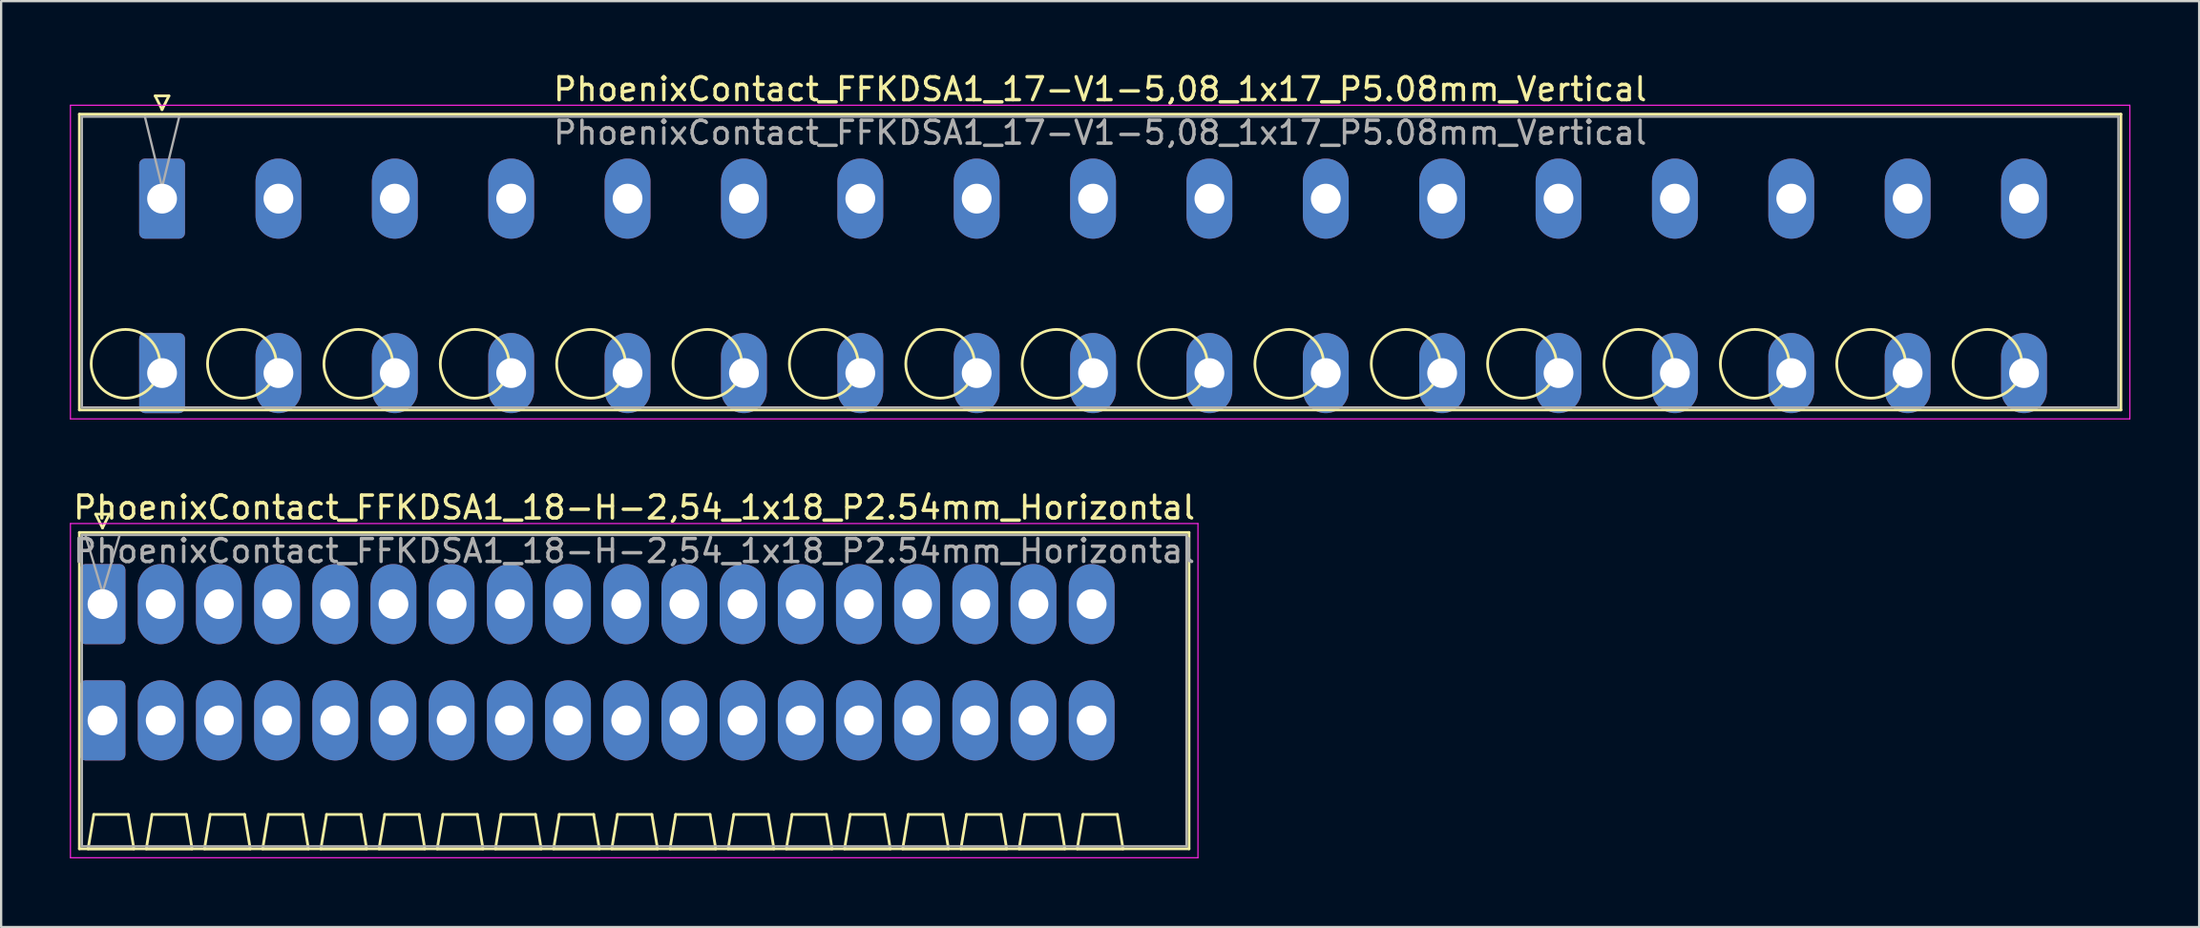
<source format=kicad_pcb>
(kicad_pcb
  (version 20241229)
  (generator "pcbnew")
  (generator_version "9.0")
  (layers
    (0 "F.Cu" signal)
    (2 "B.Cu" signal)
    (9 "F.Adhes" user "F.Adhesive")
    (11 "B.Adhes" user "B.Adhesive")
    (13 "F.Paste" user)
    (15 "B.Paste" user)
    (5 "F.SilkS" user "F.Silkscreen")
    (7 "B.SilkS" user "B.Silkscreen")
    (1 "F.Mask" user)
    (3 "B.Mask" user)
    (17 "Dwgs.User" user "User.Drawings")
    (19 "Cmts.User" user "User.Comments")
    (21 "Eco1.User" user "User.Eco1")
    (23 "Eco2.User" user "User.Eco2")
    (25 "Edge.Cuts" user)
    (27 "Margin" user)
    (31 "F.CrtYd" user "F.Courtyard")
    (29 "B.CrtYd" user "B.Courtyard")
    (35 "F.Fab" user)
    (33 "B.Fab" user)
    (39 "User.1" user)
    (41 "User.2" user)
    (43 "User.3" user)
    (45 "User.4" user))
  (footprint "PhoenixContact_FFKDSA1_17-V1-5,08_1x17_P5.08mm_Vertical"
    (layer "F.Cu")
    (at 4.025 5.628)
    (property "Reference" "PhoenixContact_FFKDSA1_17-V1-5,08_1x17_P5.08mm_Vertical" (at 40.95 -4.78 0) (layer "F.SilkS") (effects (font (size 1 1) (thickness 0.15))))
    (attr through_hole)
    (fp_line (start -3.61 -3.69) (end -3.61 9.23) (stroke (width 0.12) (type solid)) (layer "F.SilkS"))
    (fp_line (start -3.61 9.23) (end 85.51 9.23) (stroke (width 0.12) (type solid)) (layer "F.SilkS"))
    (fp_line (start -0.3 -4.49) (end 0.3 -4.49) (stroke (width 0.12) (type solid)) (layer "F.SilkS"))
    (fp_line (start 0 -3.89) (end -0.3 -4.49) (stroke (width 0.12) (type solid)) (layer "F.SilkS"))
    (fp_line (start 0.3 -4.49) (end 0 -3.89) (stroke (width 0.12) (type solid)) (layer "F.SilkS"))
    (fp_line (start 85.51 -3.69) (end -3.61 -3.69) (stroke (width 0.12) (type solid)) (layer "F.SilkS"))
    (fp_line (start 85.51 9.23) (end 85.51 -3.69) (stroke (width 0.12) (type solid)) (layer "F.SilkS"))
    (fp_circle (center -1.595 7.215) (end -0.095 7.215) (stroke (width 0.12) (type solid)) (fill no) (layer "F.SilkS"))
    (fp_circle (center 3.485 7.215) (end 4.985 7.215) (stroke (width 0.12) (type solid)) (fill no) (layer "F.SilkS"))
    (fp_circle (center 8.565 7.215) (end 10.065 7.215) (stroke (width 0.12) (type solid)) (fill no) (layer "F.SilkS"))
    (fp_circle (center 13.645 7.215) (end 15.145 7.215) (stroke (width 0.12) (type solid)) (fill no) (layer "F.SilkS"))
    (fp_circle (center 18.725 7.215) (end 20.225 7.215) (stroke (width 0.12) (type solid)) (fill no) (layer "F.SilkS"))
    (fp_circle (center 23.805 7.215) (end 25.305 7.215) (stroke (width 0.12) (type solid)) (fill no) (layer "F.SilkS"))
    (fp_circle (center 28.885 7.215) (end 30.385 7.215) (stroke (width 0.12) (type solid)) (fill no) (layer "F.SilkS"))
    (fp_circle (center 33.965 7.215) (end 35.465 7.215) (stroke (width 0.12) (type solid)) (fill no) (layer "F.SilkS"))
    (fp_circle (center 39.045 7.215) (end 40.545 7.215) (stroke (width 0.12) (type solid)) (fill no) (layer "F.SilkS"))
    (fp_circle (center 44.125 7.215) (end 45.625 7.215) (stroke (width 0.12) (type solid)) (fill no) (layer "F.SilkS"))
    (fp_circle (center 49.205 7.215) (end 50.705 7.215) (stroke (width 0.12) (type solid)) (fill no) (layer "F.SilkS"))
    (fp_circle (center 54.285 7.215) (end 55.785 7.215) (stroke (width 0.12) (type solid)) (fill no) (layer "F.SilkS"))
    (fp_circle (center 59.365 7.215) (end 60.865 7.215) (stroke (width 0.12) (type solid)) (fill no) (layer "F.SilkS"))
    (fp_circle (center 64.445 7.215) (end 65.945 7.215) (stroke (width 0.12) (type solid)) (fill no) (layer "F.SilkS"))
    (fp_circle (center 69.525 7.215) (end 71.025 7.215) (stroke (width 0.12) (type solid)) (fill no) (layer "F.SilkS"))
    (fp_circle (center 74.605 7.215) (end 76.105 7.215) (stroke (width 0.12) (type solid)) (fill no) (layer "F.SilkS"))
    (fp_circle (center 79.685 7.215) (end 81.185 7.215) (stroke (width 0.12) (type solid)) (fill no) (layer "F.SilkS"))
    (fp_line (start -4 -4.08) (end -4 9.62) (stroke (width 0.05) (type solid)) (layer "F.CrtYd"))
    (fp_line (start -4 9.62) (end 85.9 9.62) (stroke (width 0.05) (type solid)) (layer "F.CrtYd"))
    (fp_line (start 85.9 -4.08) (end -4 -4.08) (stroke (width 0.05) (type solid)) (layer "F.CrtYd"))
    (fp_line (start 85.9 9.62) (end 85.9 -4.08) (stroke (width 0.05) (type solid)) (layer "F.CrtYd"))
    (fp_line (start -3.5 -3.58) (end -3.5 9.12) (stroke (width 0.1) (type solid)) (layer "F.Fab"))
    (fp_line (start -3.5 9.12) (end 85.4 9.12) (stroke (width 0.1) (type solid)) (layer "F.Fab"))
    (fp_line (start 0 -0.5) (end -0.75 -3.58) (stroke (width 0.1) (type solid)) (layer "F.Fab"))
    (fp_line (start 0.75 -3.58) (end 0 -0.5) (stroke (width 0.1) (type solid)) (layer "F.Fab"))
    (fp_line (start 85.4 -3.58) (end -3.5 -3.58) (stroke (width 0.1) (type solid)) (layer "F.Fab"))
    (fp_line (start 85.4 9.12) (end 85.4 -3.58) (stroke (width 0.1) (type solid)) (layer "F.Fab"))
    (fp_text user "${REFERENCE}" (at 40.95 -2.88 0) (layer "F.Fab") (effects (font (size 1 1) (thickness 0.15))))
    (pad "1" thru_hole roundrect (at 0 0) (size 2 3.5) (drill 1.3) (layers "*.Cu" "*.Mask") (roundrect_rratio 0.125))
    (pad "1" thru_hole roundrect (at 0 7.62) (size 2 3.5) (drill 1.3) (layers "*.Cu" "*.Mask") (roundrect_rratio 0.125))
    (pad "2" thru_hole oval (at 5.08 0) (size 2 3.5) (drill 1.3) (layers "*.Cu" "*.Mask"))
    (pad "2" thru_hole oval (at 5.08 7.62) (size 2 3.5) (drill 1.3) (layers "*.Cu" "*.Mask"))
    (pad "3" thru_hole oval (at 10.16 0) (size 2 3.5) (drill 1.3) (layers "*.Cu" "*.Mask"))
    (pad "3" thru_hole oval (at 10.16 7.62) (size 2 3.5) (drill 1.3) (layers "*.Cu" "*.Mask"))
    (pad "4" thru_hole oval (at 15.24 0) (size 2 3.5) (drill 1.3) (layers "*.Cu" "*.Mask"))
    (pad "4" thru_hole oval (at 15.24 7.62) (size 2 3.5) (drill 1.3) (layers "*.Cu" "*.Mask"))
    (pad "5" thru_hole oval (at 20.32 0) (size 2 3.5) (drill 1.3) (layers "*.Cu" "*.Mask"))
    (pad "5" thru_hole oval (at 20.32 7.62) (size 2 3.5) (drill 1.3) (layers "*.Cu" "*.Mask"))
    (pad "6" thru_hole oval (at 25.4 0) (size 2 3.5) (drill 1.3) (layers "*.Cu" "*.Mask"))
    (pad "6" thru_hole oval (at 25.4 7.62) (size 2 3.5) (drill 1.3) (layers "*.Cu" "*.Mask"))
    (pad "7" thru_hole oval (at 30.48 0) (size 2 3.5) (drill 1.3) (layers "*.Cu" "*.Mask"))
    (pad "7" thru_hole oval (at 30.48 7.62) (size 2 3.5) (drill 1.3) (layers "*.Cu" "*.Mask"))
    (pad "8" thru_hole oval (at 35.56 0) (size 2 3.5) (drill 1.3) (layers "*.Cu" "*.Mask"))
    (pad "8" thru_hole oval (at 35.56 7.62) (size 2 3.5) (drill 1.3) (layers "*.Cu" "*.Mask"))
    (pad "9" thru_hole oval (at 40.64 0) (size 2 3.5) (drill 1.3) (layers "*.Cu" "*.Mask"))
    (pad "9" thru_hole oval (at 40.64 7.62) (size 2 3.5) (drill 1.3) (layers "*.Cu" "*.Mask"))
    (pad "10" thru_hole oval (at 45.72 0) (size 2 3.5) (drill 1.3) (layers "*.Cu" "*.Mask"))
    (pad "10" thru_hole oval (at 45.72 7.62) (size 2 3.5) (drill 1.3) (layers "*.Cu" "*.Mask"))
    (pad "11" thru_hole oval (at 50.8 0) (size 2 3.5) (drill 1.3) (layers "*.Cu" "*.Mask"))
    (pad "11" thru_hole oval (at 50.8 7.62) (size 2 3.5) (drill 1.3) (layers "*.Cu" "*.Mask"))
    (pad "12" thru_hole oval (at 55.88 0) (size 2 3.5) (drill 1.3) (layers "*.Cu" "*.Mask"))
    (pad "12" thru_hole oval (at 55.88 7.62) (size 2 3.5) (drill 1.3) (layers "*.Cu" "*.Mask"))
    (pad "13" thru_hole oval (at 60.96 0) (size 2 3.5) (drill 1.3) (layers "*.Cu" "*.Mask"))
    (pad "13" thru_hole oval (at 60.96 7.62) (size 2 3.5) (drill 1.3) (layers "*.Cu" "*.Mask"))
    (pad "14" thru_hole oval (at 66.04 0) (size 2 3.5) (drill 1.3) (layers "*.Cu" "*.Mask"))
    (pad "14" thru_hole oval (at 66.04 7.62) (size 2 3.5) (drill 1.3) (layers "*.Cu" "*.Mask"))
    (pad "15" thru_hole oval (at 71.12 0) (size 2 3.5) (drill 1.3) (layers "*.Cu" "*.Mask"))
    (pad "15" thru_hole oval (at 71.12 7.62) (size 2 3.5) (drill 1.3) (layers "*.Cu" "*.Mask"))
    (pad "16" thru_hole oval (at 76.2 0) (size 2 3.5) (drill 1.3) (layers "*.Cu" "*.Mask"))
    (pad "16" thru_hole oval (at 76.2 7.62) (size 2 3.5) (drill 1.3) (layers "*.Cu" "*.Mask"))
    (pad "17" thru_hole oval (at 81.28 0) (size 2 3.5) (drill 1.3) (layers "*.Cu" "*.Mask"))
    (pad "17" thru_hole oval (at 81.28 7.62) (size 2 3.5) (drill 1.3) (layers "*.Cu" "*.Mask")))
  (footprint "PhoenixContact_FFKDSA1_18-H-2,54_1x18_P2.54mm_Horizontal"
    (layer "F.Cu")
    (at 1.425 23.341)
    (property "Reference" "PhoenixContact_FFKDSA1_18-H-2,54_1x18_P2.54mm_Horizontal" (at 23.21 -4.22 0) (layer "F.SilkS") (effects (font (size 1 1) (thickness 0.15))))
    (attr through_hole)
    (fp_line (start -1.01 -3.13) (end -1.01 10.69) (stroke (width 0.12) (type solid)) (layer "F.SilkS"))
    (fp_line (start -1.01 10.69) (end 47.43 10.69) (stroke (width 0.12) (type solid)) (layer "F.SilkS"))
    (fp_line (start -0.63 10.69) (end 1.37 10.69) (stroke (width 0.12) (type solid)) (layer "F.SilkS"))
    (fp_line (start -0.38 9.19) (end -0.63 10.69) (stroke (width 0.12) (type solid)) (layer "F.SilkS"))
    (fp_line (start -0.3 -3.93) (end 0.3 -3.93) (stroke (width 0.12) (type solid)) (layer "F.SilkS"))
    (fp_line (start 0 -3.33) (end -0.3 -3.93) (stroke (width 0.12) (type solid)) (layer "F.SilkS"))
    (fp_line (start 0.3 -3.93) (end 0 -3.33) (stroke (width 0.12) (type solid)) (layer "F.SilkS"))
    (fp_line (start 1.12 9.19) (end -0.38 9.19) (stroke (width 0.12) (type solid)) (layer "F.SilkS"))
    (fp_line (start 1.37 10.69) (end 1.12 9.19) (stroke (width 0.12) (type solid)) (layer "F.SilkS"))
    (fp_line (start 1.91 10.69) (end 3.91 10.69) (stroke (width 0.12) (type solid)) (layer "F.SilkS"))
    (fp_line (start 2.16 9.19) (end 1.91 10.69) (stroke (width 0.12) (type solid)) (layer "F.SilkS"))
    (fp_line (start 3.66 9.19) (end 2.16 9.19) (stroke (width 0.12) (type solid)) (layer "F.SilkS"))
    (fp_line (start 3.91 10.69) (end 3.66 9.19) (stroke (width 0.12) (type solid)) (layer "F.SilkS"))
    (fp_line (start 4.45 10.69) (end 6.45 10.69) (stroke (width 0.12) (type solid)) (layer "F.SilkS"))
    (fp_line (start 4.7 9.19) (end 4.45 10.69) (stroke (width 0.12) (type solid)) (layer "F.SilkS"))
    (fp_line (start 6.2 9.19) (end 4.7 9.19) (stroke (width 0.12) (type solid)) (layer "F.SilkS"))
    (fp_line (start 6.45 10.69) (end 6.2 9.19) (stroke (width 0.12) (type solid)) (layer "F.SilkS"))
    (fp_line (start 6.99 10.69) (end 8.99 10.69) (stroke (width 0.12) (type solid)) (layer "F.SilkS"))
    (fp_line (start 7.24 9.19) (end 6.99 10.69) (stroke (width 0.12) (type solid)) (layer "F.SilkS"))
    (fp_line (start 8.74 9.19) (end 7.24 9.19) (stroke (width 0.12) (type solid)) (layer "F.SilkS"))
    (fp_line (start 8.99 10.69) (end 8.74 9.19) (stroke (width 0.12) (type solid)) (layer "F.SilkS"))
    (fp_line (start 9.53 10.69) (end 11.53 10.69) (stroke (width 0.12) (type solid)) (layer "F.SilkS"))
    (fp_line (start 9.78 9.19) (end 9.53 10.69) (stroke (width 0.12) (type solid)) (layer "F.SilkS"))
    (fp_line (start 11.28 9.19) (end 9.78 9.19) (stroke (width 0.12) (type solid)) (layer "F.SilkS"))
    (fp_line (start 11.53 10.69) (end 11.28 9.19) (stroke (width 0.12) (type solid)) (layer "F.SilkS"))
    (fp_line (start 12.07 10.69) (end 14.07 10.69) (stroke (width 0.12) (type solid)) (layer "F.SilkS"))
    (fp_line (start 12.32 9.19) (end 12.07 10.69) (stroke (width 0.12) (type solid)) (layer "F.SilkS"))
    (fp_line (start 13.82 9.19) (end 12.32 9.19) (stroke (width 0.12) (type solid)) (layer "F.SilkS"))
    (fp_line (start 14.07 10.69) (end 13.82 9.19) (stroke (width 0.12) (type solid)) (layer "F.SilkS"))
    (fp_line (start 14.61 10.69) (end 16.61 10.69) (stroke (width 0.12) (type solid)) (layer "F.SilkS"))
    (fp_line (start 14.86 9.19) (end 14.61 10.69) (stroke (width 0.12) (type solid)) (layer "F.SilkS"))
    (fp_line (start 16.36 9.19) (end 14.86 9.19) (stroke (width 0.12) (type solid)) (layer "F.SilkS"))
    (fp_line (start 16.61 10.69) (end 16.36 9.19) (stroke (width 0.12) (type solid)) (layer "F.SilkS"))
    (fp_line (start 17.15 10.69) (end 19.15 10.69) (stroke (width 0.12) (type solid)) (layer "F.SilkS"))
    (fp_line (start 17.4 9.19) (end 17.15 10.69) (stroke (width 0.12) (type solid)) (layer "F.SilkS"))
    (fp_line (start 18.9 9.19) (end 17.4 9.19) (stroke (width 0.12) (type solid)) (layer "F.SilkS"))
    (fp_line (start 19.15 10.69) (end 18.9 9.19) (stroke (width 0.12) (type solid)) (layer "F.SilkS"))
    (fp_line (start 19.69 10.69) (end 21.69 10.69) (stroke (width 0.12) (type solid)) (layer "F.SilkS"))
    (fp_line (start 19.94 9.19) (end 19.69 10.69) (stroke (width 0.12) (type solid)) (layer "F.SilkS"))
    (fp_line (start 21.44 9.19) (end 19.94 9.19) (stroke (width 0.12) (type solid)) (layer "F.SilkS"))
    (fp_line (start 21.69 10.69) (end 21.44 9.19) (stroke (width 0.12) (type solid)) (layer "F.SilkS"))
    (fp_line (start 22.23 10.69) (end 24.23 10.69) (stroke (width 0.12) (type solid)) (layer "F.SilkS"))
    (fp_line (start 22.48 9.19) (end 22.23 10.69) (stroke (width 0.12) (type solid)) (layer "F.SilkS"))
    (fp_line (start 23.98 9.19) (end 22.48 9.19) (stroke (width 0.12) (type solid)) (layer "F.SilkS"))
    (fp_line (start 24.23 10.69) (end 23.98 9.19) (stroke (width 0.12) (type solid)) (layer "F.SilkS"))
    (fp_line (start 24.77 10.69) (end 26.77 10.69) (stroke (width 0.12) (type solid)) (layer "F.SilkS"))
    (fp_line (start 25.02 9.19) (end 24.77 10.69) (stroke (width 0.12) (type solid)) (layer "F.SilkS"))
    (fp_line (start 26.52 9.19) (end 25.02 9.19) (stroke (width 0.12) (type solid)) (layer "F.SilkS"))
    (fp_line (start 26.77 10.69) (end 26.52 9.19) (stroke (width 0.12) (type solid)) (layer "F.SilkS"))
    (fp_line (start 27.31 10.69) (end 29.31 10.69) (stroke (width 0.12) (type solid)) (layer "F.SilkS"))
    (fp_line (start 27.56 9.19) (end 27.31 10.69) (stroke (width 0.12) (type solid)) (layer "F.SilkS"))
    (fp_line (start 29.06 9.19) (end 27.56 9.19) (stroke (width 0.12) (type solid)) (layer "F.SilkS"))
    (fp_line (start 29.31 10.69) (end 29.06 9.19) (stroke (width 0.12) (type solid)) (layer "F.SilkS"))
    (fp_line (start 29.85 10.69) (end 31.85 10.69) (stroke (width 0.12) (type solid)) (layer "F.SilkS"))
    (fp_line (start 30.1 9.19) (end 29.85 10.69) (stroke (width 0.12) (type solid)) (layer "F.SilkS"))
    (fp_line (start 31.6 9.19) (end 30.1 9.19) (stroke (width 0.12) (type solid)) (layer "F.SilkS"))
    (fp_line (start 31.85 10.69) (end 31.6 9.19) (stroke (width 0.12) (type solid)) (layer "F.SilkS"))
    (fp_line (start 32.39 10.69) (end 34.39 10.69) (stroke (width 0.12) (type solid)) (layer "F.SilkS"))
    (fp_line (start 32.64 9.19) (end 32.39 10.69) (stroke (width 0.12) (type solid)) (layer "F.SilkS"))
    (fp_line (start 34.14 9.19) (end 32.64 9.19) (stroke (width 0.12) (type solid)) (layer "F.SilkS"))
    (fp_line (start 34.39 10.69) (end 34.14 9.19) (stroke (width 0.12) (type solid)) (layer "F.SilkS"))
    (fp_line (start 34.93 10.69) (end 36.93 10.69) (stroke (width 0.12) (type solid)) (layer "F.SilkS"))
    (fp_line (start 35.18 9.19) (end 34.93 10.69) (stroke (width 0.12) (type solid)) (layer "F.SilkS"))
    (fp_line (start 36.68 9.19) (end 35.18 9.19) (stroke (width 0.12) (type solid)) (layer "F.SilkS"))
    (fp_line (start 36.93 10.69) (end 36.68 9.19) (stroke (width 0.12) (type solid)) (layer "F.SilkS"))
    (fp_line (start 37.47 10.69) (end 39.47 10.69) (stroke (width 0.12) (type solid)) (layer "F.SilkS"))
    (fp_line (start 37.72 9.19) (end 37.47 10.69) (stroke (width 0.12) (type solid)) (layer "F.SilkS"))
    (fp_line (start 39.22 9.19) (end 37.72 9.19) (stroke (width 0.12) (type solid)) (layer "F.SilkS"))
    (fp_line (start 39.47 10.69) (end 39.22 9.19) (stroke (width 0.12) (type solid)) (layer "F.SilkS"))
    (fp_line (start 40.01 10.69) (end 42.01 10.69) (stroke (width 0.12) (type solid)) (layer "F.SilkS"))
    (fp_line (start 40.26 9.19) (end 40.01 10.69) (stroke (width 0.12) (type solid)) (layer "F.SilkS"))
    (fp_line (start 41.76 9.19) (end 40.26 9.19) (stroke (width 0.12) (type solid)) (layer "F.SilkS"))
    (fp_line (start 42.01 10.69) (end 41.76 9.19) (stroke (width 0.12) (type solid)) (layer "F.SilkS"))
    (fp_line (start 42.55 10.69) (end 44.55 10.69) (stroke (width 0.12) (type solid)) (layer "F.SilkS"))
    (fp_line (start 42.8 9.19) (end 42.55 10.69) (stroke (width 0.12) (type solid)) (layer "F.SilkS"))
    (fp_line (start 44.3 9.19) (end 42.8 9.19) (stroke (width 0.12) (type solid)) (layer "F.SilkS"))
    (fp_line (start 44.55 10.69) (end 44.3 9.19) (stroke (width 0.12) (type solid)) (layer "F.SilkS"))
    (fp_line (start 47.43 -3.13) (end -1.01 -3.13) (stroke (width 0.12) (type solid)) (layer "F.SilkS"))
    (fp_line (start 47.43 10.69) (end 47.43 -3.13) (stroke (width 0.12) (type solid)) (layer "F.SilkS"))
    (fp_line (start -1.4 -3.52) (end -1.4 11.08) (stroke (width 0.05) (type solid)) (layer "F.CrtYd"))
    (fp_line (start -1.4 11.08) (end 47.82 11.08) (stroke (width 0.05) (type solid)) (layer "F.CrtYd"))
    (fp_line (start 47.82 -3.52) (end -1.4 -3.52) (stroke (width 0.05) (type solid)) (layer "F.CrtYd"))
    (fp_line (start 47.82 11.08) (end 47.82 -3.52) (stroke (width 0.05) (type solid)) (layer "F.CrtYd"))
    (fp_line (start -0.9 -3.02) (end -0.9 10.58) (stroke (width 0.1) (type solid)) (layer "F.Fab"))
    (fp_line (start -0.9 10.58) (end 47.32 10.58) (stroke (width 0.1) (type solid)) (layer "F.Fab"))
    (fp_line (start 0 -0.5) (end -0.75 -3.02) (stroke (width 0.1) (type solid)) (layer "F.Fab"))
    (fp_line (start 0.75 -3.02) (end 0 -0.5) (stroke (width 0.1) (type solid)) (layer "F.Fab"))
    (fp_line (start 47.32 -3.02) (end -0.9 -3.02) (stroke (width 0.1) (type solid)) (layer "F.Fab"))
    (fp_line (start 47.32 10.58) (end 47.32 -3.02) (stroke (width 0.1) (type solid)) (layer "F.Fab"))
    (fp_text user "${REFERENCE}" (at 23.21 -2.32 0) (layer "F.Fab") (effects (font (size 1 1) (thickness 0.15))))
    (pad "1" thru_hole roundrect (at 0 0) (size 2 3.5) (drill 1.3) (layers "*.Cu" "*.Mask") (roundrect_rratio 0.125))
    (pad "1" thru_hole roundrect (at 0 5.08) (size 2 3.5) (drill 1.3) (layers "*.Cu" "*.Mask") (roundrect_rratio 0.125))
    (pad "2" thru_hole oval (at 2.54 0) (size 2 3.5) (drill 1.3) (layers "*.Cu" "*.Mask"))
    (pad "2" thru_hole oval (at 2.54 5.08) (size 2 3.5) (drill 1.3) (layers "*.Cu" "*.Mask"))
    (pad "3" thru_hole oval (at 5.08 0) (size 2 3.5) (drill 1.3) (layers "*.Cu" "*.Mask"))
    (pad "3" thru_hole oval (at 5.08 5.08) (size 2 3.5) (drill 1.3) (layers "*.Cu" "*.Mask"))
    (pad "4" thru_hole oval (at 7.62 0) (size 2 3.5) (drill 1.3) (layers "*.Cu" "*.Mask"))
    (pad "4" thru_hole oval (at 7.62 5.08) (size 2 3.5) (drill 1.3) (layers "*.Cu" "*.Mask"))
    (pad "5" thru_hole oval (at 10.16 0) (size 2 3.5) (drill 1.3) (layers "*.Cu" "*.Mask"))
    (pad "5" thru_hole oval (at 10.16 5.08) (size 2 3.5) (drill 1.3) (layers "*.Cu" "*.Mask"))
    (pad "6" thru_hole oval (at 12.7 0) (size 2 3.5) (drill 1.3) (layers "*.Cu" "*.Mask"))
    (pad "6" thru_hole oval (at 12.7 5.08) (size 2 3.5) (drill 1.3) (layers "*.Cu" "*.Mask"))
    (pad "7" thru_hole oval (at 15.24 0) (size 2 3.5) (drill 1.3) (layers "*.Cu" "*.Mask"))
    (pad "7" thru_hole oval (at 15.24 5.08) (size 2 3.5) (drill 1.3) (layers "*.Cu" "*.Mask"))
    (pad "8" thru_hole oval (at 17.78 0) (size 2 3.5) (drill 1.3) (layers "*.Cu" "*.Mask"))
    (pad "8" thru_hole oval (at 17.78 5.08) (size 2 3.5) (drill 1.3) (layers "*.Cu" "*.Mask"))
    (pad "9" thru_hole oval (at 20.32 0) (size 2 3.5) (drill 1.3) (layers "*.Cu" "*.Mask"))
    (pad "9" thru_hole oval (at 20.32 5.08) (size 2 3.5) (drill 1.3) (layers "*.Cu" "*.Mask"))
    (pad "10" thru_hole oval (at 22.86 0) (size 2 3.5) (drill 1.3) (layers "*.Cu" "*.Mask"))
    (pad "10" thru_hole oval (at 22.86 5.08) (size 2 3.5) (drill 1.3) (layers "*.Cu" "*.Mask"))
    (pad "11" thru_hole oval (at 25.4 0) (size 2 3.5) (drill 1.3) (layers "*.Cu" "*.Mask"))
    (pad "11" thru_hole oval (at 25.4 5.08) (size 2 3.5) (drill 1.3) (layers "*.Cu" "*.Mask"))
    (pad "12" thru_hole oval (at 27.94 0) (size 2 3.5) (drill 1.3) (layers "*.Cu" "*.Mask"))
    (pad "12" thru_hole oval (at 27.94 5.08) (size 2 3.5) (drill 1.3) (layers "*.Cu" "*.Mask"))
    (pad "13" thru_hole oval (at 30.48 0) (size 2 3.5) (drill 1.3) (layers "*.Cu" "*.Mask"))
    (pad "13" thru_hole oval (at 30.48 5.08) (size 2 3.5) (drill 1.3) (layers "*.Cu" "*.Mask"))
    (pad "14" thru_hole oval (at 33.02 0) (size 2 3.5) (drill 1.3) (layers "*.Cu" "*.Mask"))
    (pad "14" thru_hole oval (at 33.02 5.08) (size 2 3.5) (drill 1.3) (layers "*.Cu" "*.Mask"))
    (pad "15" thru_hole oval (at 35.56 0) (size 2 3.5) (drill 1.3) (layers "*.Cu" "*.Mask"))
    (pad "15" thru_hole oval (at 35.56 5.08) (size 2 3.5) (drill 1.3) (layers "*.Cu" "*.Mask"))
    (pad "16" thru_hole oval (at 38.1 0) (size 2 3.5) (drill 1.3) (layers "*.Cu" "*.Mask"))
    (pad "16" thru_hole oval (at 38.1 5.08) (size 2 3.5) (drill 1.3) (layers "*.Cu" "*.Mask"))
    (pad "17" thru_hole oval (at 40.64 0) (size 2 3.5) (drill 1.3) (layers "*.Cu" "*.Mask"))
    (pad "17" thru_hole oval (at 40.64 5.08) (size 2 3.5) (drill 1.3) (layers "*.Cu" "*.Mask"))
    (pad "18" thru_hole oval (at 43.18 0) (size 2 3.5) (drill 1.3) (layers "*.Cu" "*.Mask"))
    (pad "18" thru_hole oval (at 43.18 5.08) (size 2 3.5) (drill 1.3) (layers "*.Cu" "*.Mask")))
  (gr_rect
    (start -3 -3)
    (end 92.95 37.447)
    (stroke (width 0.1) (type default))
    (fill no)
    (layer "Edge.Cuts")))
</source>
